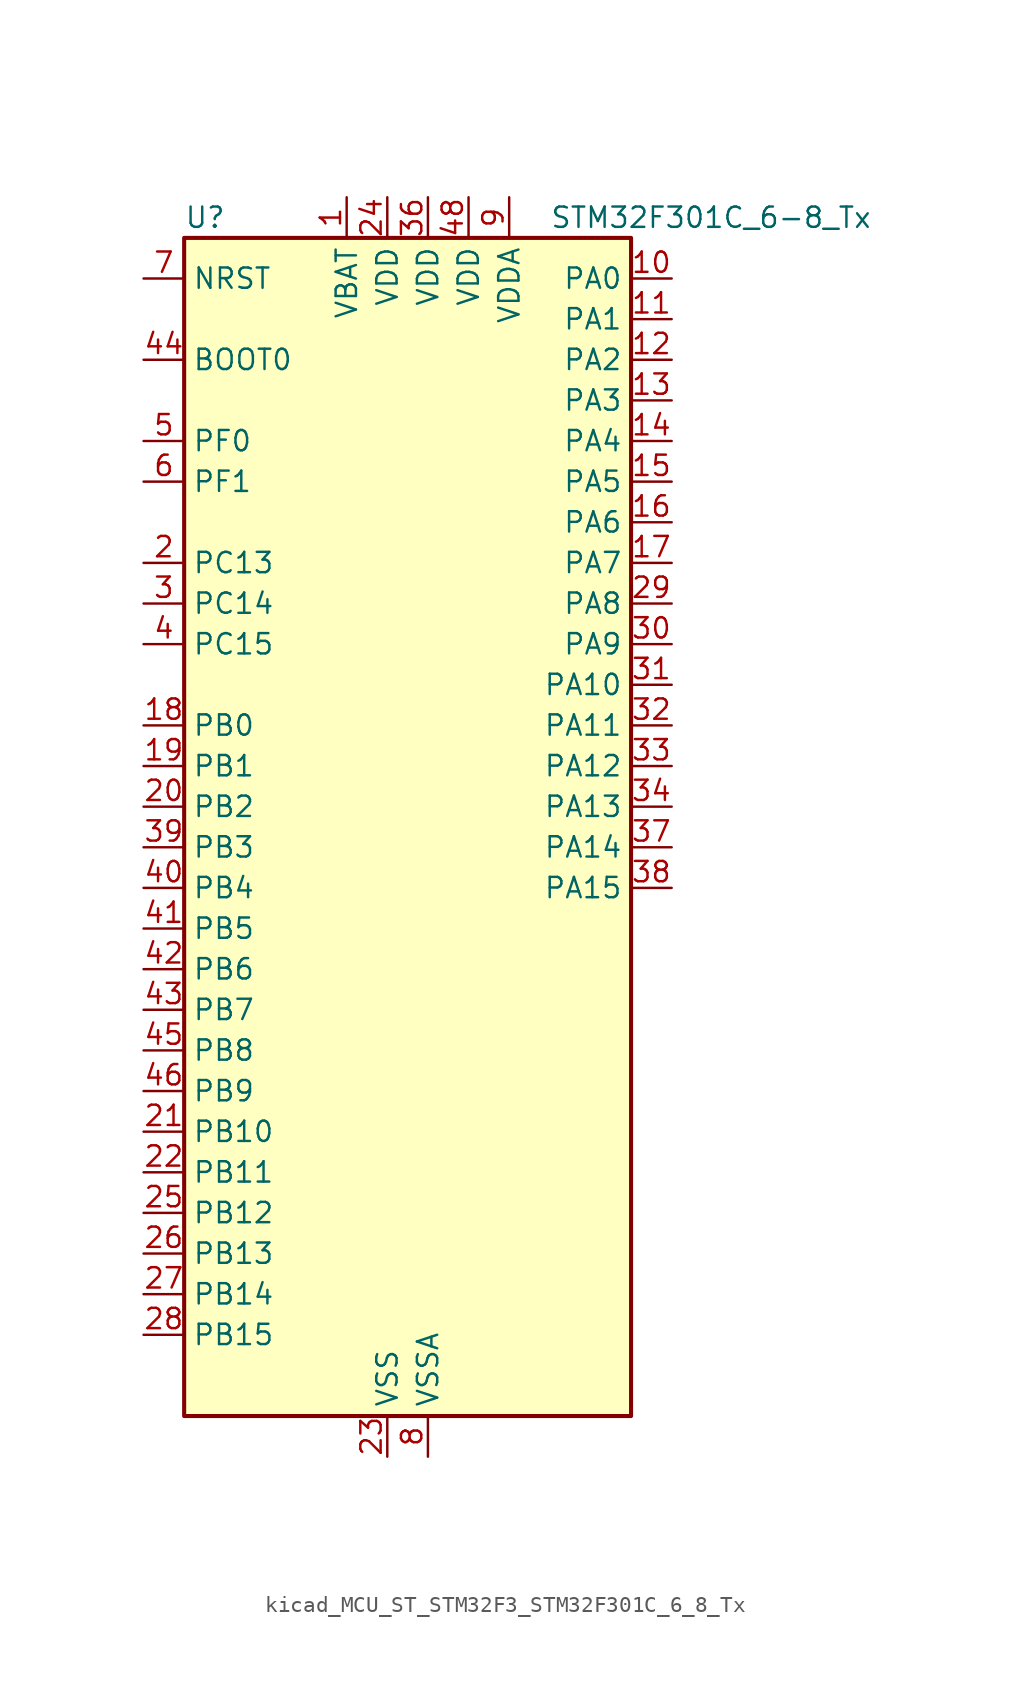
<source format=kicad_sym>
(kicad_symbol_lib
  (version 20220914)
  (generator kicad_symbol_editor)
  (symbol "kicad_MCU_ST_STM32F3_STM32F301C_6_8_Tx"
    (property "Reference" "U"
      (at -12.7 39.37 0)
      (effects (font (size 1.27 1.27)) (justify left)))
    (property "Value" "STM32F301C_6-8_Tx"
      (at 10.16 39.37 0)
      (effects (font (size 1.27 1.27)) (justify left)))
    (property "ki_locked" ""
      (at 0 0 0)
      (effects (font (size 1.27 1.27))))
    (symbol "kicad_MCU_ST_STM32F3_STM32F301C_6_8_Tx_0_1"
      (rectangle (start -12.7 -35.56) (end 15.24 38.1) (stroke (width 0.254) (type default)) (fill (type background))))
    (symbol "kicad_MCU_ST_STM32F3_STM32F301C_6_8_Tx_1_1"
      (pin power_in line (at -2.54 40.64 270) (length 2.54) (name "VBAT" (effects (font (size 1.27 1.27)))) (number "1" (effects (font (size 1.27 1.27)))))
      (pin bidirectional line (at 17.78 35.56 180) (length 2.54) (name "PA0" (effects (font (size 1.27 1.27)))) (number "10" (effects (font (size 1.27 1.27)))) (alternate "ADC1_IN1" bidirectional line) (alternate "RTC_TAMP2" bidirectional line) (alternate "SYS_WKUP1" bidirectional line) (alternate "TIM2_CH1" bidirectional line) (alternate "TIM2_ETR" bidirectional line) (alternate "TSC_G1_IO1" bidirectional line) (alternate "USART2_CTS" bidirectional line))
      (pin bidirectional line (at 17.78 33.02 180) (length 2.54) (name "PA1" (effects (font (size 1.27 1.27)))) (number "11" (effects (font (size 1.27 1.27)))) (alternate "ADC1_IN2" bidirectional line) (alternate "RTC_REFIN" bidirectional line) (alternate "TIM15_CH1N" bidirectional line) (alternate "TIM2_CH2" bidirectional line) (alternate "TSC_G1_IO2" bidirectional line) (alternate "USART2_DE" bidirectional line) (alternate "USART2_RTS" bidirectional line))
      (pin bidirectional line (at 17.78 30.48 180) (length 2.54) (name "PA2" (effects (font (size 1.27 1.27)))) (number "12" (effects (font (size 1.27 1.27)))) (alternate "ADC1_IN3" bidirectional line) (alternate "COMP2_INM" bidirectional line) (alternate "COMP2_OUT" bidirectional line) (alternate "TIM15_CH1" bidirectional line) (alternate "TIM2_CH3" bidirectional line) (alternate "TSC_G1_IO3" bidirectional line) (alternate "USART2_TX" bidirectional line))
      (pin bidirectional line (at 17.78 27.94 180) (length 2.54) (name "PA3" (effects (font (size 1.27 1.27)))) (number "13" (effects (font (size 1.27 1.27)))) (alternate "ADC1_IN4" bidirectional line) (alternate "TIM15_CH2" bidirectional line) (alternate "TIM2_CH4" bidirectional line) (alternate "TSC_G1_IO4" bidirectional line) (alternate "USART2_RX" bidirectional line))
      (pin bidirectional line (at 17.78 25.4 180) (length 2.54) (name "PA4" (effects (font (size 1.27 1.27)))) (number "14" (effects (font (size 1.27 1.27)))) (alternate "ADC1_IN5" bidirectional line) (alternate "COMP2_INM" bidirectional line) (alternate "COMP4_INM" bidirectional line) (alternate "COMP6_INM" bidirectional line) (alternate "DAC_OUT1" bidirectional line) (alternate "I2S3_WS" bidirectional line) (alternate "SPI3_NSS" bidirectional line) (alternate "TSC_G2_IO1" bidirectional line) (alternate "USART2_CK" bidirectional line))
      (pin bidirectional line (at 17.78 22.86 180) (length 2.54) (name "PA5" (effects (font (size 1.27 1.27)))) (number "15" (effects (font (size 1.27 1.27)))) (alternate "OPAMP2_VINM" bidirectional line) (alternate "OPAMP2_VINM_SEC" bidirectional line) (alternate "TIM2_CH1" bidirectional line) (alternate "TIM2_ETR" bidirectional line) (alternate "TSC_G2_IO2" bidirectional line))
      (pin bidirectional line (at 17.78 20.32 180) (length 2.54) (name "PA6" (effects (font (size 1.27 1.27)))) (number "16" (effects (font (size 1.27 1.27)))) (alternate "ADC1_IN10" bidirectional line) (alternate "OPAMP2_VOUT" bidirectional line) (alternate "TIM16_CH1" bidirectional line) (alternate "TIM1_BKIN" bidirectional line) (alternate "TSC_G2_IO3" bidirectional line))
      (pin bidirectional line (at 17.78 17.78 180) (length 2.54) (name "PA7" (effects (font (size 1.27 1.27)))) (number "17" (effects (font (size 1.27 1.27)))) (alternate "ADC1_IN15" bidirectional line) (alternate "COMP2_INP" bidirectional line) (alternate "OPAMP2_VINP" bidirectional line) (alternate "OPAMP2_VINP_SEC" bidirectional line) (alternate "TIM17_CH1" bidirectional line) (alternate "TIM1_CH1N" bidirectional line) (alternate "TSC_G2_IO4" bidirectional line))
      (pin bidirectional line (at -15.24 7.62 0) (length 2.54) (name "PB0" (effects (font (size 1.27 1.27)))) (number "18" (effects (font (size 1.27 1.27)))) (alternate "ADC1_IN11" bidirectional line) (alternate "COMP4_INP" bidirectional line) (alternate "OPAMP2_VINP" bidirectional line) (alternate "OPAMP2_VINP_SEC" bidirectional line) (alternate "TIM1_CH2N" bidirectional line) (alternate "TSC_G3_IO2" bidirectional line))
      (pin bidirectional line (at -15.24 5.08 0) (length 2.54) (name "PB1" (effects (font (size 1.27 1.27)))) (number "19" (effects (font (size 1.27 1.27)))) (alternate "ADC1_IN12" bidirectional line) (alternate "COMP4_OUT" bidirectional line) (alternate "TIM1_CH3N" bidirectional line) (alternate "TSC_G3_IO3" bidirectional line))
      (pin bidirectional line (at -15.24 17.78 0) (length 2.54) (name "PC13" (effects (font (size 1.27 1.27)))) (number "2" (effects (font (size 1.27 1.27)))) (alternate "RTC_OUT_ALARM" bidirectional line) (alternate "RTC_OUT_CALIB" bidirectional line) (alternate "RTC_TAMP1" bidirectional line) (alternate "RTC_TS" bidirectional line) (alternate "SYS_WKUP2" bidirectional line) (alternate "TIM1_CH1N" bidirectional line))
      (pin bidirectional line (at -15.24 2.54 0) (length 2.54) (name "PB2" (effects (font (size 1.27 1.27)))) (number "20" (effects (font (size 1.27 1.27)))) (alternate "COMP4_INM" bidirectional line) (alternate "TSC_G3_IO4" bidirectional line))
      (pin bidirectional line (at -15.24 -17.78 0) (length 2.54) (name "PB10" (effects (font (size 1.27 1.27)))) (number "21" (effects (font (size 1.27 1.27)))) (alternate "TIM2_CH3" bidirectional line) (alternate "TSC_SYNC" bidirectional line) (alternate "USART3_TX" bidirectional line))
      (pin bidirectional line (at -15.24 -20.32 0) (length 2.54) (name "PB11" (effects (font (size 1.27 1.27)))) (number "22" (effects (font (size 1.27 1.27)))) (alternate "ADC1_EXTI11" bidirectional line) (alternate "ADC1_IN14" bidirectional line) (alternate "COMP6_INP" bidirectional line) (alternate "TIM2_CH4" bidirectional line) (alternate "TSC_G6_IO1" bidirectional line) (alternate "USART3_RX" bidirectional line))
      (pin power_in line (at 0 -38.1 90) (length 2.54) (name "VSS" (effects (font (size 1.27 1.27)))) (number "23" (effects (font (size 1.27 1.27)))))
      (pin power_in line (at 0 40.64 270) (length 2.54) (name "VDD" (effects (font (size 1.27 1.27)))) (number "24" (effects (font (size 1.27 1.27)))))
      (pin bidirectional line (at -15.24 -22.86 0) (length 2.54) (name "PB12" (effects (font (size 1.27 1.27)))) (number "25" (effects (font (size 1.27 1.27)))) (alternate "I2C2_SMBA" bidirectional line) (alternate "I2S2_WS" bidirectional line) (alternate "SPI2_NSS" bidirectional line) (alternate "TIM1_BKIN" bidirectional line) (alternate "TSC_G6_IO2" bidirectional line) (alternate "USART3_CK" bidirectional line))
      (pin bidirectional line (at -15.24 -25.4 0) (length 2.54) (name "PB13" (effects (font (size 1.27 1.27)))) (number "26" (effects (font (size 1.27 1.27)))) (alternate "ADC1_IN13" bidirectional line) (alternate "I2S2_CK" bidirectional line) (alternate "SPI2_SCK" bidirectional line) (alternate "TIM1_CH1N" bidirectional line) (alternate "TSC_G6_IO3" bidirectional line) (alternate "USART3_CTS" bidirectional line))
      (pin bidirectional line (at -15.24 -27.94 0) (length 2.54) (name "PB14" (effects (font (size 1.27 1.27)))) (number "27" (effects (font (size 1.27 1.27)))) (alternate "I2S2_ext_SD" bidirectional line) (alternate "OPAMP2_VINP" bidirectional line) (alternate "OPAMP2_VINP_SEC" bidirectional line) (alternate "SPI2_MISO" bidirectional line) (alternate "TIM15_CH1" bidirectional line) (alternate "TIM1_CH2N" bidirectional line) (alternate "TSC_G6_IO4" bidirectional line) (alternate "USART3_DE" bidirectional line) (alternate "USART3_RTS" bidirectional line))
      (pin bidirectional line (at -15.24 -30.48 0) (length 2.54) (name "PB15" (effects (font (size 1.27 1.27)))) (number "28" (effects (font (size 1.27 1.27)))) (alternate "ADC1_EXTI15" bidirectional line) (alternate "COMP6_INM" bidirectional line) (alternate "I2S2_SD" bidirectional line) (alternate "RTC_REFIN" bidirectional line) (alternate "SPI2_MOSI" bidirectional line) (alternate "TIM15_CH1N" bidirectional line) (alternate "TIM15_CH2" bidirectional line) (alternate "TIM1_CH3N" bidirectional line))
      (pin bidirectional line (at 17.78 15.24 180) (length 2.54) (name "PA8" (effects (font (size 1.27 1.27)))) (number "29" (effects (font (size 1.27 1.27)))) (alternate "I2C2_SMBA" bidirectional line) (alternate "I2C3_SCL" bidirectional line) (alternate "I2S2_MCK" bidirectional line) (alternate "RCC_MCO" bidirectional line) (alternate "TIM1_CH1" bidirectional line) (alternate "USART1_CK" bidirectional line))
      (pin bidirectional line (at -15.24 15.24 0) (length 2.54) (name "PC14" (effects (font (size 1.27 1.27)))) (number "3" (effects (font (size 1.27 1.27)))) (alternate "RCC_OSC32_IN" bidirectional line))
      (pin bidirectional line (at 17.78 12.7 180) (length 2.54) (name "PA9" (effects (font (size 1.27 1.27)))) (number "30" (effects (font (size 1.27 1.27)))) (alternate "DAC_EXTI9" bidirectional line) (alternate "I2C2_SCL" bidirectional line) (alternate "I2C3_SMBA" bidirectional line) (alternate "I2S3_MCK" bidirectional line) (alternate "TIM15_BKIN" bidirectional line) (alternate "TIM1_CH2" bidirectional line) (alternate "TIM2_CH3" bidirectional line) (alternate "TSC_G4_IO1" bidirectional line) (alternate "USART1_TX" bidirectional line))
      (pin bidirectional line (at 17.78 10.16 180) (length 2.54) (name "PA10" (effects (font (size 1.27 1.27)))) (number "31" (effects (font (size 1.27 1.27)))) (alternate "COMP6_OUT" bidirectional line) (alternate "I2C2_SDA" bidirectional line) (alternate "I2S2_ext_SD" bidirectional line) (alternate "SPI2_MISO" bidirectional line) (alternate "TIM17_BKIN" bidirectional line) (alternate "TIM1_CH3" bidirectional line) (alternate "TIM2_CH4" bidirectional line) (alternate "TSC_G4_IO2" bidirectional line) (alternate "USART1_RX" bidirectional line))
      (pin bidirectional line (at 17.78 7.62 180) (length 2.54) (name "PA11" (effects (font (size 1.27 1.27)))) (number "32" (effects (font (size 1.27 1.27)))) (alternate "ADC1_EXTI11" bidirectional line) (alternate "I2S2_SD" bidirectional line) (alternate "SPI2_MOSI" bidirectional line) (alternate "TIM1_BKIN2" bidirectional line) (alternate "TIM1_CH1N" bidirectional line) (alternate "TIM1_CH4" bidirectional line) (alternate "USART1_CTS" bidirectional line))
      (pin bidirectional line (at 17.78 5.08 180) (length 2.54) (name "PA12" (effects (font (size 1.27 1.27)))) (number "33" (effects (font (size 1.27 1.27)))) (alternate "COMP2_OUT" bidirectional line) (alternate "I2S_CKIN" bidirectional line) (alternate "TIM16_CH1" bidirectional line) (alternate "TIM1_CH2N" bidirectional line) (alternate "TIM1_ETR" bidirectional line) (alternate "USART1_DE" bidirectional line) (alternate "USART1_RTS" bidirectional line))
      (pin bidirectional line (at 17.78 2.54 180) (length 2.54) (name "PA13" (effects (font (size 1.27 1.27)))) (number "34" (effects (font (size 1.27 1.27)))) (alternate "IR_OUT" bidirectional line) (alternate "SYS_JTMS-SWDIO" bidirectional line) (alternate "TIM16_CH1N" bidirectional line) (alternate "TSC_G4_IO3" bidirectional line) (alternate "USART3_CTS" bidirectional line))
      (pin passive line (at 0 -38.1 90) (length 2.54) hide (name "VSS" (effects (font (size 1.27 1.27)))) (number "35" (effects (font (size 1.27 1.27)))))
      (pin power_in line (at 2.54 40.64 270) (length 2.54) (name "VDD" (effects (font (size 1.27 1.27)))) (number "36" (effects (font (size 1.27 1.27)))))
      (pin bidirectional line (at 17.78 0 180) (length 2.54) (name "PA14" (effects (font (size 1.27 1.27)))) (number "37" (effects (font (size 1.27 1.27)))) (alternate "I2C1_SDA" bidirectional line) (alternate "SYS_JTCK-SWCLK" bidirectional line) (alternate "TIM1_BKIN" bidirectional line) (alternate "TSC_G4_IO4" bidirectional line) (alternate "USART2_TX" bidirectional line))
      (pin bidirectional line (at 17.78 -2.54 180) (length 2.54) (name "PA15" (effects (font (size 1.27 1.27)))) (number "38" (effects (font (size 1.27 1.27)))) (alternate "ADC1_EXTI15" bidirectional line) (alternate "I2C1_SCL" bidirectional line) (alternate "I2S3_WS" bidirectional line) (alternate "SPI3_NSS" bidirectional line) (alternate "SYS_JTDI" bidirectional line) (alternate "TIM1_BKIN" bidirectional line) (alternate "TIM2_CH1" bidirectional line) (alternate "TIM2_ETR" bidirectional line) (alternate "TSC_SYNC" bidirectional line) (alternate "USART2_RX" bidirectional line))
      (pin bidirectional line (at -15.24 0 0) (length 2.54) (name "PB3" (effects (font (size 1.27 1.27)))) (number "39" (effects (font (size 1.27 1.27)))) (alternate "I2S3_CK" bidirectional line) (alternate "SPI3_SCK" bidirectional line) (alternate "SYS_JTDO-TRACESWO" bidirectional line) (alternate "TIM2_CH2" bidirectional line) (alternate "TSC_G5_IO1" bidirectional line) (alternate "USART2_TX" bidirectional line))
      (pin bidirectional line (at -15.24 12.7 0) (length 2.54) (name "PC15" (effects (font (size 1.27 1.27)))) (number "4" (effects (font (size 1.27 1.27)))) (alternate "ADC1_EXTI15" bidirectional line) (alternate "RCC_OSC32_OUT" bidirectional line))
      (pin bidirectional line (at -15.24 -2.54 0) (length 2.54) (name "PB4" (effects (font (size 1.27 1.27)))) (number "40" (effects (font (size 1.27 1.27)))) (alternate "I2S3_ext_SD" bidirectional line) (alternate "SPI3_MISO" bidirectional line) (alternate "SYS_NJTRST" bidirectional line) (alternate "TIM16_CH1" bidirectional line) (alternate "TIM17_BKIN" bidirectional line) (alternate "TSC_G5_IO2" bidirectional line) (alternate "USART2_RX" bidirectional line))
      (pin bidirectional line (at -15.24 -5.08 0) (length 2.54) (name "PB5" (effects (font (size 1.27 1.27)))) (number "41" (effects (font (size 1.27 1.27)))) (alternate "I2C1_SMBA" bidirectional line) (alternate "I2C3_SDA" bidirectional line) (alternate "I2S3_SD" bidirectional line) (alternate "SPI3_MOSI" bidirectional line) (alternate "TIM16_BKIN" bidirectional line) (alternate "TIM17_CH1" bidirectional line) (alternate "USART2_CK" bidirectional line))
      (pin bidirectional line (at -15.24 -7.62 0) (length 2.54) (name "PB6" (effects (font (size 1.27 1.27)))) (number "42" (effects (font (size 1.27 1.27)))) (alternate "I2C1_SCL" bidirectional line) (alternate "TIM16_CH1N" bidirectional line) (alternate "TSC_G5_IO3" bidirectional line) (alternate "USART1_TX" bidirectional line))
      (pin bidirectional line (at -15.24 -10.16 0) (length 2.54) (name "PB7" (effects (font (size 1.27 1.27)))) (number "43" (effects (font (size 1.27 1.27)))) (alternate "I2C1_SDA" bidirectional line) (alternate "TIM17_CH1N" bidirectional line) (alternate "TSC_G5_IO4" bidirectional line) (alternate "USART1_RX" bidirectional line))
      (pin input line (at -15.24 30.48 0) (length 2.54) (name "BOOT0" (effects (font (size 1.27 1.27)))) (number "44" (effects (font (size 1.27 1.27)))))
      (pin bidirectional line (at -15.24 -12.7 0) (length 2.54) (name "PB8" (effects (font (size 1.27 1.27)))) (number "45" (effects (font (size 1.27 1.27)))) (alternate "I2C1_SCL" bidirectional line) (alternate "TIM16_CH1" bidirectional line) (alternate "TIM1_BKIN" bidirectional line) (alternate "TSC_SYNC" bidirectional line) (alternate "USART3_RX" bidirectional line))
      (pin bidirectional line (at -15.24 -15.24 0) (length 2.54) (name "PB9" (effects (font (size 1.27 1.27)))) (number "46" (effects (font (size 1.27 1.27)))) (alternate "COMP2_OUT" bidirectional line) (alternate "DAC_EXTI9" bidirectional line) (alternate "I2C1_SDA" bidirectional line) (alternate "IR_OUT" bidirectional line) (alternate "TIM17_CH1" bidirectional line) (alternate "USART3_TX" bidirectional line))
      (pin passive line (at 0 -38.1 90) (length 2.54) hide (name "VSS" (effects (font (size 1.27 1.27)))) (number "47" (effects (font (size 1.27 1.27)))))
      (pin power_in line (at 5.08 40.64 270) (length 2.54) (name "VDD" (effects (font (size 1.27 1.27)))) (number "48" (effects (font (size 1.27 1.27)))))
      (pin bidirectional line (at -15.24 25.4 0) (length 2.54) (name "PF0" (effects (font (size 1.27 1.27)))) (number "5" (effects (font (size 1.27 1.27)))) (alternate "I2C2_SDA" bidirectional line) (alternate "I2S2_WS" bidirectional line) (alternate "RCC_OSC_IN" bidirectional line) (alternate "SPI2_NSS" bidirectional line) (alternate "TIM1_CH3N" bidirectional line))
      (pin bidirectional line (at -15.24 22.86 0) (length 2.54) (name "PF1" (effects (font (size 1.27 1.27)))) (number "6" (effects (font (size 1.27 1.27)))) (alternate "I2C2_SCL" bidirectional line) (alternate "I2S2_CK" bidirectional line) (alternate "RCC_OSC_OUT" bidirectional line) (alternate "SPI2_SCK" bidirectional line))
      (pin input line (at -15.24 35.56 0) (length 2.54) (name "NRST" (effects (font (size 1.27 1.27)))) (number "7" (effects (font (size 1.27 1.27)))))
      (pin power_in line (at 2.54 -38.1 90) (length 2.54) (name "VSSA" (effects (font (size 1.27 1.27)))) (number "8" (effects (font (size 1.27 1.27)))))
      (pin power_in line (at 7.62 40.64 270) (length 2.54) (name "VDDA" (effects (font (size 1.27 1.27)))) (number "9" (effects (font (size 1.27 1.27))))))))
</source>
